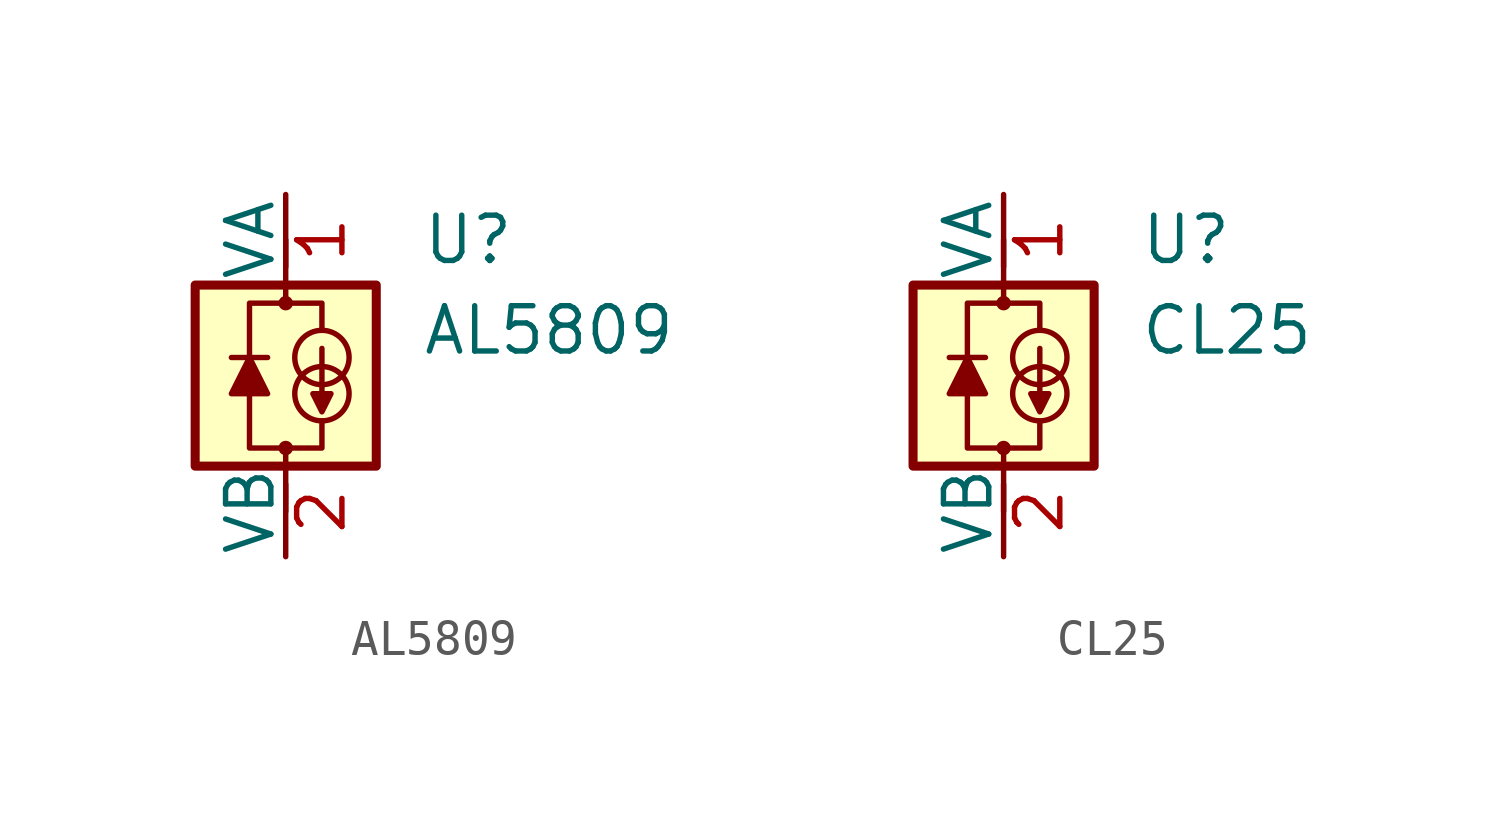
<source format=kicad_sym>
(kicad_symbol_lib
  (version 20211014)
  (generator kicad_symbol_editor)
  (symbol "AL5809"
    (pin_names
      (offset 0))
    (property "Reference" "U"
      (at 3.81 3.81 0)
      (effects (font (size 1.27 1.27)) (justify left)))
    (property "Value" "AL5809"
      (at 3.81 1.27 0)
      (effects (font (size 1.27 1.27)) (justify left)))
    (symbol "AL5809_0_1"
      (rectangle (start -2.54 2.54) (end 2.54 -2.54) (stroke (width 0.254) (type default) (color 0 0 0 0)) (fill (type background)))
      (circle (center 0 -2.032) (radius 0.127) (stroke (width 0) (type default) (color 0 0 0 0)) (fill (type none)))
      (polyline (pts (xy -1.524 0.508) (xy -0.508 0.508)) (stroke (width 0) (type default) (color 0 0 0 0)) (fill (type none)))
      (polyline (pts (xy 0 -3.048) (xy 0 -3.81)) (stroke (width 0) (type default) (color 0 0 0 0)) (fill (type none)))
      (polyline (pts (xy 0 -2.032) (xy 0 -2.54)) (stroke (width 0) (type default) (color 0 0 0 0)) (fill (type none)))
      (polyline (pts (xy 0 2.032) (xy 0 2.54)) (stroke (width 0) (type default) (color 0 0 0 0)) (fill (type none)))
      (polyline (pts (xy 0 3.048) (xy 0 3.81)) (stroke (width 0) (type default) (color 0 0 0 0)) (fill (type none)))
      (polyline (pts (xy -1.016 -0.508) (xy -1.016 -2.032) (xy 1.016 -2.032) (xy 1.016 -1.27)) (stroke (width 0) (type default) (color 0 0 0 0)) (fill (type none)))
      (polyline (pts (xy -1.016 0.508) (xy -1.524 -0.508) (xy -0.508 -0.508) (xy -1.016 0.508)) (stroke (width 0) (type default) (color 0 0 0 0)) (fill (type outline)))
      (polyline (pts (xy 1.016 1.27) (xy 1.016 2.032) (xy -1.016 2.032) (xy -1.016 0.508)) (stroke (width 0) (type default) (color 0 0 0 0)) (fill (type none)))
      (polyline (pts (xy 1.016 0.762) (xy 1.016 -1.016) (xy 0.762 -0.508) (xy 1.27 -0.508) (xy 1.016 -1.016)) (stroke (width 0) (type default) (color 0 0 0 0)) (fill (type outline)))
      (circle (center 0 2.032) (radius 0.127) (stroke (width 0) (type default) (color 0 0 0 0)) (fill (type none)))
      (circle (center 1.016 -0.508) (radius 0.762) (stroke (width 0) (type default) (color 0 0 0 0)) (fill (type none)))
      (circle (center 1.016 0.508) (radius 0.762) (stroke (width 0) (type default) (color 0 0 0 0)) (fill (type none))))
    (symbol "AL5809_1_1"
      (pin input line (at 0 5.08 270) (length 2.54) (name "VA" (effects (font (size 1.27 1.27)))) (number "1" (effects (font (size 1.27 1.27)))))
      (pin input line (at 0 -5.08 90) (length 2.54) (name "VB" (effects (font (size 1.27 1.27)))) (number "2" (effects (font (size 1.27 1.27)))))
      (pin no_connect line (at 0 -2.54 90) (length 2.54) hide (name "NC" (effects (font (size 1.27 1.27)))) (number "3" (effects (font (size 1.27 1.27)))))))
  (symbol "CL25"
    (pin_names
      (offset 0))
    (property "Reference" "U"
      (at 3.81 3.81 0)
      (effects (font (size 1.27 1.27)) (justify left)))
    (property "Value" "CL25"
      (at 3.81 1.27 0)
      (effects (font (size 1.27 1.27)) (justify left)))
    (symbol "CL25_0_1"
      (rectangle (start -2.54 2.54) (end 2.54 -2.54) (stroke (width 0.254) (type default) (color 0 0 0 0)) (fill (type background)))
      (circle (center 0 -2.032) (radius 0.127) (stroke (width 0) (type default) (color 0 0 0 0)) (fill (type none)))
      (polyline (pts (xy -1.524 0.508) (xy -0.508 0.508)) (stroke (width 0) (type default) (color 0 0 0 0)) (fill (type none)))
      (polyline (pts (xy 0 -3.048) (xy 0 -3.81)) (stroke (width 0) (type default) (color 0 0 0 0)) (fill (type none)))
      (polyline (pts (xy 0 -2.032) (xy 0 -2.54)) (stroke (width 0) (type default) (color 0 0 0 0)) (fill (type none)))
      (polyline (pts (xy 0 2.032) (xy 0 2.54)) (stroke (width 0) (type default) (color 0 0 0 0)) (fill (type none)))
      (polyline (pts (xy 0 3.048) (xy 0 3.81)) (stroke (width 0) (type default) (color 0 0 0 0)) (fill (type none)))
      (polyline (pts (xy -1.016 -0.508) (xy -1.016 -2.032) (xy 1.016 -2.032) (xy 1.016 -1.27)) (stroke (width 0) (type default) (color 0 0 0 0)) (fill (type none)))
      (polyline (pts (xy -1.016 0.508) (xy -1.524 -0.508) (xy -0.508 -0.508) (xy -1.016 0.508)) (stroke (width 0) (type default) (color 0 0 0 0)) (fill (type outline)))
      (polyline (pts (xy 1.016 1.27) (xy 1.016 2.032) (xy -1.016 2.032) (xy -1.016 0.508)) (stroke (width 0) (type default) (color 0 0 0 0)) (fill (type none)))
      (polyline (pts (xy 1.016 0.762) (xy 1.016 -1.016) (xy 0.762 -0.508) (xy 1.27 -0.508) (xy 1.016 -1.016)) (stroke (width 0) (type default) (color 0 0 0 0)) (fill (type outline)))
      (circle (center 0 2.032) (radius 0.127) (stroke (width 0) (type default) (color 0 0 0 0)) (fill (type none)))
      (circle (center 1.016 -0.508) (radius 0.762) (stroke (width 0) (type default) (color 0 0 0 0)) (fill (type none)))
      (circle (center 1.016 0.508) (radius 0.762) (stroke (width 0) (type default) (color 0 0 0 0)) (fill (type none))))
    (symbol "CL25_1_1"
      (pin input line (at 0 5.08 270) (length 2.54) (name "VA" (effects (font (size 1.27 1.27)))) (number "1" (effects (font (size 1.27 1.27)))))
      (pin input line (at 0 -5.08 90) (length 2.54) (name "VB" (effects (font (size 1.27 1.27)))) (number "2" (effects (font (size 1.27 1.27)))))
      (pin no_connect line (at 0 -2.54 90) (length 2.54) hide (name "NC" (effects (font (size 1.27 1.27)))) (number "3" (effects (font (size 1.27 1.27))))))))
</source>
